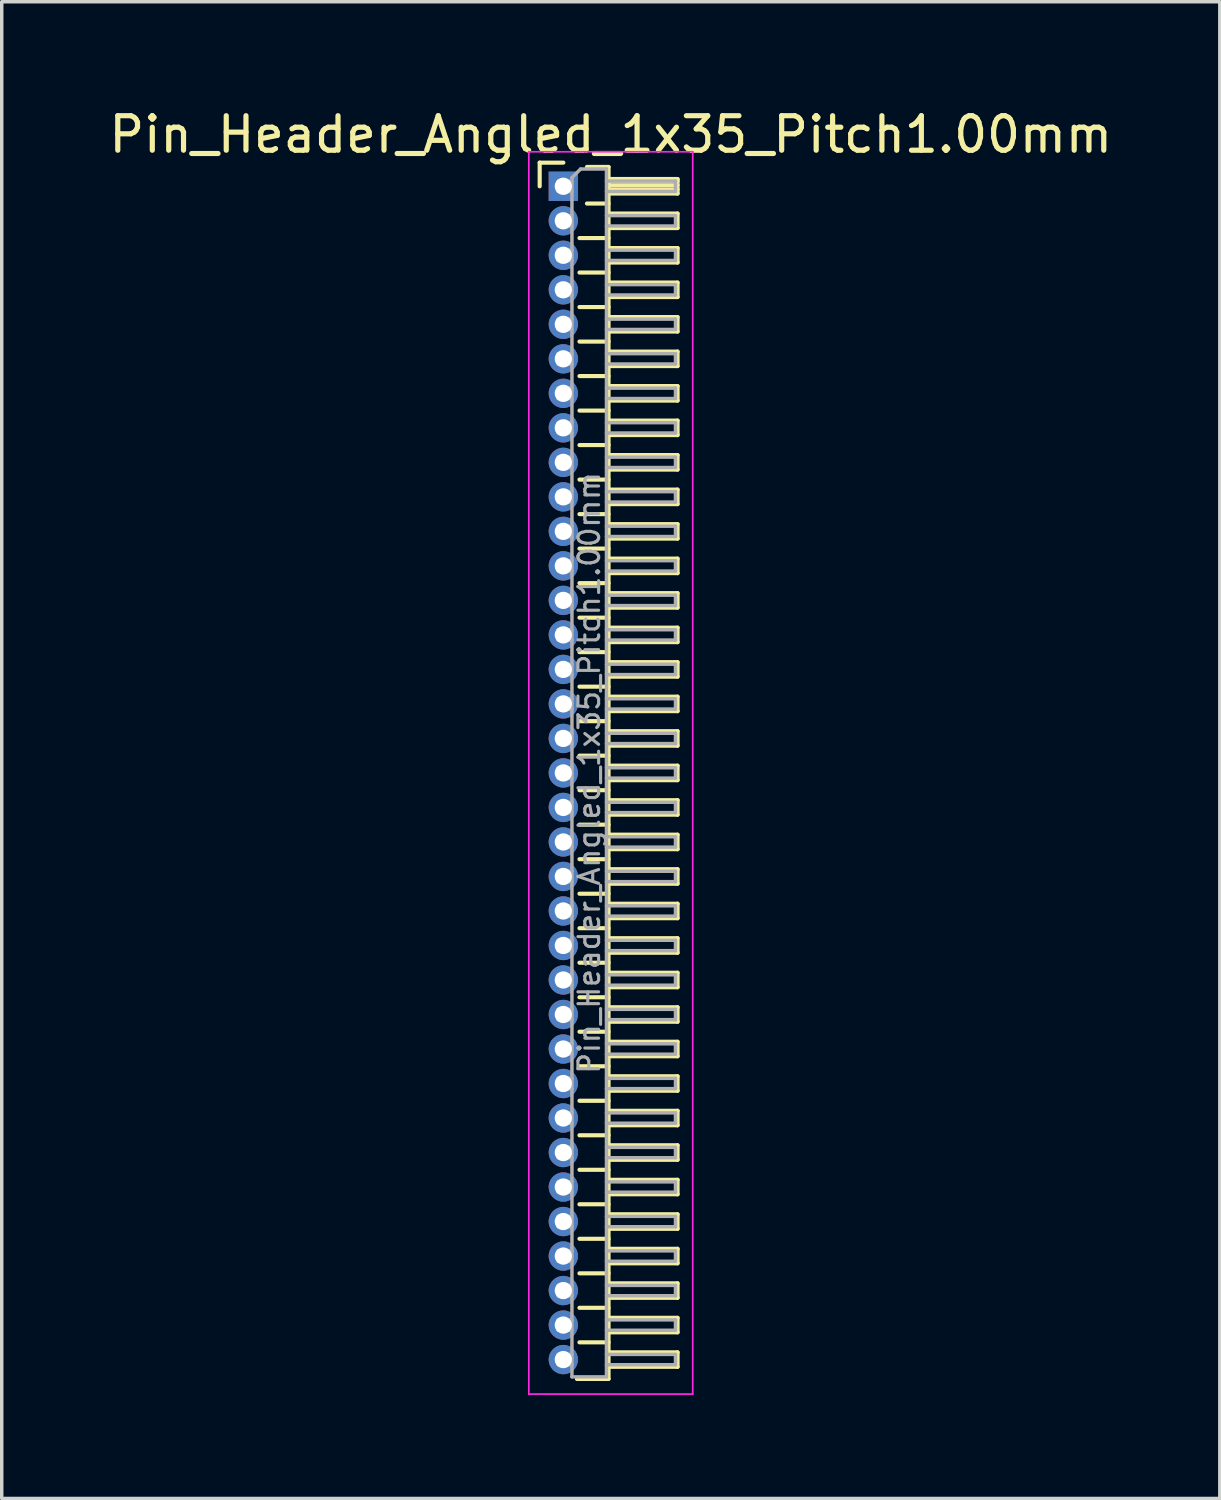
<source format=kicad_pcb>
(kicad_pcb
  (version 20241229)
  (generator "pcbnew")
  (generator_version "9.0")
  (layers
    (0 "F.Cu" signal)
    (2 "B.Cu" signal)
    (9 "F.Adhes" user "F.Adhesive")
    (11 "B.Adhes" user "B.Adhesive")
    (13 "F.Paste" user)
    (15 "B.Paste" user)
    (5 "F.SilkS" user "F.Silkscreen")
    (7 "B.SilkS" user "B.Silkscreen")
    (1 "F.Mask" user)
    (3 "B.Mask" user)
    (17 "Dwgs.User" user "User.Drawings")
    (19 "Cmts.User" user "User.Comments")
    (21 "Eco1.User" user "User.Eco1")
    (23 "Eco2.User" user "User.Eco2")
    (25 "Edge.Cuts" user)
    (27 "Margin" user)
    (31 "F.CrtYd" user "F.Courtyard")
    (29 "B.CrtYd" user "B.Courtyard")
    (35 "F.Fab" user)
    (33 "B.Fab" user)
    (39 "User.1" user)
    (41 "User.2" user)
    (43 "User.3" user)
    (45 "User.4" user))
  (footprint "Pin_Header_Angled_1x35_Pitch1.00mm"
    (layer "F.Cu")
    (at 13.274 2.348)
    (property "Reference" "Pin_Header_Angled_1x35_Pitch1.00mm" (at 1.375 -1.5 0) (layer "F.SilkS") (effects (font (size 1 1) (thickness 0.15))))
    (attr through_hole)
    (fp_line (start -0.685 -0.685) (end 0 -0.685) (stroke (width 0.12) (type solid)) (layer "F.SilkS"))
    (fp_line (start -0.685 0) (end -0.685 -0.685) (stroke (width 0.12) (type solid)) (layer "F.SilkS"))
    (fp_line (start 0.468 1.5) (end 1.31 1.5) (stroke (width 0.12) (type solid)) (layer "F.SilkS"))
    (fp_line (start 0.468 2.5) (end 1.31 2.5) (stroke (width 0.12) (type solid)) (layer "F.SilkS"))
    (fp_line (start 0.468 3.5) (end 1.31 3.5) (stroke (width 0.12) (type solid)) (layer "F.SilkS"))
    (fp_line (start 0.468 4.5) (end 1.31 4.5) (stroke (width 0.12) (type solid)) (layer "F.SilkS"))
    (fp_line (start 0.468 5.5) (end 1.31 5.5) (stroke (width 0.12) (type solid)) (layer "F.SilkS"))
    (fp_line (start 0.468 6.5) (end 1.31 6.5) (stroke (width 0.12) (type solid)) (layer "F.SilkS"))
    (fp_line (start 0.468 7.5) (end 1.31 7.5) (stroke (width 0.12) (type solid)) (layer "F.SilkS"))
    (fp_line (start 0.468 8.5) (end 1.31 8.5) (stroke (width 0.12) (type solid)) (layer "F.SilkS"))
    (fp_line (start 0.468 9.5) (end 1.31 9.5) (stroke (width 0.12) (type solid)) (layer "F.SilkS"))
    (fp_line (start 0.468 10.5) (end 1.31 10.5) (stroke (width 0.12) (type solid)) (layer "F.SilkS"))
    (fp_line (start 0.468 11.5) (end 1.31 11.5) (stroke (width 0.12) (type solid)) (layer "F.SilkS"))
    (fp_line (start 0.468 12.5) (end 1.31 12.5) (stroke (width 0.12) (type solid)) (layer "F.SilkS"))
    (fp_line (start 0.468 13.5) (end 1.31 13.5) (stroke (width 0.12) (type solid)) (layer "F.SilkS"))
    (fp_line (start 0.468 14.5) (end 1.31 14.5) (stroke (width 0.12) (type solid)) (layer "F.SilkS"))
    (fp_line (start 0.468 15.5) (end 1.31 15.5) (stroke (width 0.12) (type solid)) (layer "F.SilkS"))
    (fp_line (start 0.468 16.5) (end 1.31 16.5) (stroke (width 0.12) (type solid)) (layer "F.SilkS"))
    (fp_line (start 0.468 17.5) (end 1.31 17.5) (stroke (width 0.12) (type solid)) (layer "F.SilkS"))
    (fp_line (start 0.468 18.5) (end 1.31 18.5) (stroke (width 0.12) (type solid)) (layer "F.SilkS"))
    (fp_line (start 0.468 19.5) (end 1.31 19.5) (stroke (width 0.12) (type solid)) (layer "F.SilkS"))
    (fp_line (start 0.468 20.5) (end 1.31 20.5) (stroke (width 0.12) (type solid)) (layer "F.SilkS"))
    (fp_line (start 0.468 21.5) (end 1.31 21.5) (stroke (width 0.12) (type solid)) (layer "F.SilkS"))
    (fp_line (start 0.468 22.5) (end 1.31 22.5) (stroke (width 0.12) (type solid)) (layer "F.SilkS"))
    (fp_line (start 0.468 23.5) (end 1.31 23.5) (stroke (width 0.12) (type solid)) (layer "F.SilkS"))
    (fp_line (start 0.468 24.5) (end 1.31 24.5) (stroke (width 0.12) (type solid)) (layer "F.SilkS"))
    (fp_line (start 0.468 25.5) (end 1.31 25.5) (stroke (width 0.12) (type solid)) (layer "F.SilkS"))
    (fp_line (start 0.468 26.5) (end 1.31 26.5) (stroke (width 0.12) (type solid)) (layer "F.SilkS"))
    (fp_line (start 0.468 27.5) (end 1.31 27.5) (stroke (width 0.12) (type solid)) (layer "F.SilkS"))
    (fp_line (start 0.468 28.5) (end 1.31 28.5) (stroke (width 0.12) (type solid)) (layer "F.SilkS"))
    (fp_line (start 0.468 29.5) (end 1.31 29.5) (stroke (width 0.12) (type solid)) (layer "F.SilkS"))
    (fp_line (start 0.468 30.5) (end 1.31 30.5) (stroke (width 0.12) (type solid)) (layer "F.SilkS"))
    (fp_line (start 0.468 31.5) (end 1.31 31.5) (stroke (width 0.12) (type solid)) (layer "F.SilkS"))
    (fp_line (start 0.468 32.5) (end 1.31 32.5) (stroke (width 0.12) (type solid)) (layer "F.SilkS"))
    (fp_line (start 0.468 33.5) (end 1.31 33.5) (stroke (width 0.12) (type solid)) (layer "F.SilkS"))
    (fp_line (start 0.685 -0.56) (end 1.31 -0.56) (stroke (width 0.12) (type solid)) (layer "F.SilkS"))
    (fp_line (start 0.685 0.5) (end 1.31 0.5) (stroke (width 0.12) (type solid)) (layer "F.SilkS"))
    (fp_line (start 1.31 -0.56) (end 1.31 34.56) (stroke (width 0.12) (type solid)) (layer "F.SilkS"))
    (fp_line (start 1.31 -0.21) (end 3.31 -0.21) (stroke (width 0.12) (type solid)) (layer "F.SilkS"))
    (fp_line (start 1.31 -0.15) (end 3.31 -0.15) (stroke (width 0.12) (type solid)) (layer "F.SilkS"))
    (fp_line (start 1.31 -0.03) (end 3.31 -0.03) (stroke (width 0.12) (type solid)) (layer "F.SilkS"))
    (fp_line (start 1.31 0.09) (end 3.31 0.09) (stroke (width 0.12) (type solid)) (layer "F.SilkS"))
    (fp_line (start 1.31 0.79) (end 3.31 0.79) (stroke (width 0.12) (type solid)) (layer "F.SilkS"))
    (fp_line (start 1.31 1.79) (end 3.31 1.79) (stroke (width 0.12) (type solid)) (layer "F.SilkS"))
    (fp_line (start 1.31 2.79) (end 3.31 2.79) (stroke (width 0.12) (type solid)) (layer "F.SilkS"))
    (fp_line (start 1.31 3.79) (end 3.31 3.79) (stroke (width 0.12) (type solid)) (layer "F.SilkS"))
    (fp_line (start 1.31 4.79) (end 3.31 4.79) (stroke (width 0.12) (type solid)) (layer "F.SilkS"))
    (fp_line (start 1.31 5.79) (end 3.31 5.79) (stroke (width 0.12) (type solid)) (layer "F.SilkS"))
    (fp_line (start 1.31 6.79) (end 3.31 6.79) (stroke (width 0.12) (type solid)) (layer "F.SilkS"))
    (fp_line (start 1.31 7.79) (end 3.31 7.79) (stroke (width 0.12) (type solid)) (layer "F.SilkS"))
    (fp_line (start 1.31 8.79) (end 3.31 8.79) (stroke (width 0.12) (type solid)) (layer "F.SilkS"))
    (fp_line (start 1.31 9.79) (end 3.31 9.79) (stroke (width 0.12) (type solid)) (layer "F.SilkS"))
    (fp_line (start 1.31 10.79) (end 3.31 10.79) (stroke (width 0.12) (type solid)) (layer "F.SilkS"))
    (fp_line (start 1.31 11.79) (end 3.31 11.79) (stroke (width 0.12) (type solid)) (layer "F.SilkS"))
    (fp_line (start 1.31 12.79) (end 3.31 12.79) (stroke (width 0.12) (type solid)) (layer "F.SilkS"))
    (fp_line (start 1.31 13.79) (end 3.31 13.79) (stroke (width 0.12) (type solid)) (layer "F.SilkS"))
    (fp_line (start 1.31 14.79) (end 3.31 14.79) (stroke (width 0.12) (type solid)) (layer "F.SilkS"))
    (fp_line (start 1.31 15.79) (end 3.31 15.79) (stroke (width 0.12) (type solid)) (layer "F.SilkS"))
    (fp_line (start 1.31 16.79) (end 3.31 16.79) (stroke (width 0.12) (type solid)) (layer "F.SilkS"))
    (fp_line (start 1.31 17.79) (end 3.31 17.79) (stroke (width 0.12) (type solid)) (layer "F.SilkS"))
    (fp_line (start 1.31 18.79) (end 3.31 18.79) (stroke (width 0.12) (type solid)) (layer "F.SilkS"))
    (fp_line (start 1.31 19.79) (end 3.31 19.79) (stroke (width 0.12) (type solid)) (layer "F.SilkS"))
    (fp_line (start 1.31 20.79) (end 3.31 20.79) (stroke (width 0.12) (type solid)) (layer "F.SilkS"))
    (fp_line (start 1.31 21.79) (end 3.31 21.79) (stroke (width 0.12) (type solid)) (layer "F.SilkS"))
    (fp_line (start 1.31 22.79) (end 3.31 22.79) (stroke (width 0.12) (type solid)) (layer "F.SilkS"))
    (fp_line (start 1.31 23.79) (end 3.31 23.79) (stroke (width 0.12) (type solid)) (layer "F.SilkS"))
    (fp_line (start 1.31 24.79) (end 3.31 24.79) (stroke (width 0.12) (type solid)) (layer "F.SilkS"))
    (fp_line (start 1.31 25.79) (end 3.31 25.79) (stroke (width 0.12) (type solid)) (layer "F.SilkS"))
    (fp_line (start 1.31 26.79) (end 3.31 26.79) (stroke (width 0.12) (type solid)) (layer "F.SilkS"))
    (fp_line (start 1.31 27.79) (end 3.31 27.79) (stroke (width 0.12) (type solid)) (layer "F.SilkS"))
    (fp_line (start 1.31 28.79) (end 3.31 28.79) (stroke (width 0.12) (type solid)) (layer "F.SilkS"))
    (fp_line (start 1.31 29.79) (end 3.31 29.79) (stroke (width 0.12) (type solid)) (layer "F.SilkS"))
    (fp_line (start 1.31 30.79) (end 3.31 30.79) (stroke (width 0.12) (type solid)) (layer "F.SilkS"))
    (fp_line (start 1.31 31.79) (end 3.31 31.79) (stroke (width 0.12) (type solid)) (layer "F.SilkS"))
    (fp_line (start 1.31 32.79) (end 3.31 32.79) (stroke (width 0.12) (type solid)) (layer "F.SilkS"))
    (fp_line (start 1.31 33.79) (end 3.31 33.79) (stroke (width 0.12) (type solid)) (layer "F.SilkS"))
    (fp_line (start 1.31 34.56) (end 0.394 34.56) (stroke (width 0.12) (type solid)) (layer "F.SilkS"))
    (fp_line (start 3.31 -0.21) (end 3.31 0.21) (stroke (width 0.12) (type solid)) (layer "F.SilkS"))
    (fp_line (start 3.31 0.21) (end 1.31 0.21) (stroke (width 0.12) (type solid)) (layer "F.SilkS"))
    (fp_line (start 3.31 0.79) (end 3.31 1.21) (stroke (width 0.12) (type solid)) (layer "F.SilkS"))
    (fp_line (start 3.31 1.21) (end 1.31 1.21) (stroke (width 0.12) (type solid)) (layer "F.SilkS"))
    (fp_line (start 3.31 1.79) (end 3.31 2.21) (stroke (width 0.12) (type solid)) (layer "F.SilkS"))
    (fp_line (start 3.31 2.21) (end 1.31 2.21) (stroke (width 0.12) (type solid)) (layer "F.SilkS"))
    (fp_line (start 3.31 2.79) (end 3.31 3.21) (stroke (width 0.12) (type solid)) (layer "F.SilkS"))
    (fp_line (start 3.31 3.21) (end 1.31 3.21) (stroke (width 0.12) (type solid)) (layer "F.SilkS"))
    (fp_line (start 3.31 3.79) (end 3.31 4.21) (stroke (width 0.12) (type solid)) (layer "F.SilkS"))
    (fp_line (start 3.31 4.21) (end 1.31 4.21) (stroke (width 0.12) (type solid)) (layer "F.SilkS"))
    (fp_line (start 3.31 4.79) (end 3.31 5.21) (stroke (width 0.12) (type solid)) (layer "F.SilkS"))
    (fp_line (start 3.31 5.21) (end 1.31 5.21) (stroke (width 0.12) (type solid)) (layer "F.SilkS"))
    (fp_line (start 3.31 5.79) (end 3.31 6.21) (stroke (width 0.12) (type solid)) (layer "F.SilkS"))
    (fp_line (start 3.31 6.21) (end 1.31 6.21) (stroke (width 0.12) (type solid)) (layer "F.SilkS"))
    (fp_line (start 3.31 6.79) (end 3.31 7.21) (stroke (width 0.12) (type solid)) (layer "F.SilkS"))
    (fp_line (start 3.31 7.21) (end 1.31 7.21) (stroke (width 0.12) (type solid)) (layer "F.SilkS"))
    (fp_line (start 3.31 7.79) (end 3.31 8.21) (stroke (width 0.12) (type solid)) (layer "F.SilkS"))
    (fp_line (start 3.31 8.21) (end 1.31 8.21) (stroke (width 0.12) (type solid)) (layer "F.SilkS"))
    (fp_line (start 3.31 8.79) (end 3.31 9.21) (stroke (width 0.12) (type solid)) (layer "F.SilkS"))
    (fp_line (start 3.31 9.21) (end 1.31 9.21) (stroke (width 0.12) (type solid)) (layer "F.SilkS"))
    (fp_line (start 3.31 9.79) (end 3.31 10.21) (stroke (width 0.12) (type solid)) (layer "F.SilkS"))
    (fp_line (start 3.31 10.21) (end 1.31 10.21) (stroke (width 0.12) (type solid)) (layer "F.SilkS"))
    (fp_line (start 3.31 10.79) (end 3.31 11.21) (stroke (width 0.12) (type solid)) (layer "F.SilkS"))
    (fp_line (start 3.31 11.21) (end 1.31 11.21) (stroke (width 0.12) (type solid)) (layer "F.SilkS"))
    (fp_line (start 3.31 11.79) (end 3.31 12.21) (stroke (width 0.12) (type solid)) (layer "F.SilkS"))
    (fp_line (start 3.31 12.21) (end 1.31 12.21) (stroke (width 0.12) (type solid)) (layer "F.SilkS"))
    (fp_line (start 3.31 12.79) (end 3.31 13.21) (stroke (width 0.12) (type solid)) (layer "F.SilkS"))
    (fp_line (start 3.31 13.21) (end 1.31 13.21) (stroke (width 0.12) (type solid)) (layer "F.SilkS"))
    (fp_line (start 3.31 13.79) (end 3.31 14.21) (stroke (width 0.12) (type solid)) (layer "F.SilkS"))
    (fp_line (start 3.31 14.21) (end 1.31 14.21) (stroke (width 0.12) (type solid)) (layer "F.SilkS"))
    (fp_line (start 3.31 14.79) (end 3.31 15.21) (stroke (width 0.12) (type solid)) (layer "F.SilkS"))
    (fp_line (start 3.31 15.21) (end 1.31 15.21) (stroke (width 0.12) (type solid)) (layer "F.SilkS"))
    (fp_line (start 3.31 15.79) (end 3.31 16.21) (stroke (width 0.12) (type solid)) (layer "F.SilkS"))
    (fp_line (start 3.31 16.21) (end 1.31 16.21) (stroke (width 0.12) (type solid)) (layer "F.SilkS"))
    (fp_line (start 3.31 16.79) (end 3.31 17.21) (stroke (width 0.12) (type solid)) (layer "F.SilkS"))
    (fp_line (start 3.31 17.21) (end 1.31 17.21) (stroke (width 0.12) (type solid)) (layer "F.SilkS"))
    (fp_line (start 3.31 17.79) (end 3.31 18.21) (stroke (width 0.12) (type solid)) (layer "F.SilkS"))
    (fp_line (start 3.31 18.21) (end 1.31 18.21) (stroke (width 0.12) (type solid)) (layer "F.SilkS"))
    (fp_line (start 3.31 18.79) (end 3.31 19.21) (stroke (width 0.12) (type solid)) (layer "F.SilkS"))
    (fp_line (start 3.31 19.21) (end 1.31 19.21) (stroke (width 0.12) (type solid)) (layer "F.SilkS"))
    (fp_line (start 3.31 19.79) (end 3.31 20.21) (stroke (width 0.12) (type solid)) (layer "F.SilkS"))
    (fp_line (start 3.31 20.21) (end 1.31 20.21) (stroke (width 0.12) (type solid)) (layer "F.SilkS"))
    (fp_line (start 3.31 20.79) (end 3.31 21.21) (stroke (width 0.12) (type solid)) (layer "F.SilkS"))
    (fp_line (start 3.31 21.21) (end 1.31 21.21) (stroke (width 0.12) (type solid)) (layer "F.SilkS"))
    (fp_line (start 3.31 21.79) (end 3.31 22.21) (stroke (width 0.12) (type solid)) (layer "F.SilkS"))
    (fp_line (start 3.31 22.21) (end 1.31 22.21) (stroke (width 0.12) (type solid)) (layer "F.SilkS"))
    (fp_line (start 3.31 22.79) (end 3.31 23.21) (stroke (width 0.12) (type solid)) (layer "F.SilkS"))
    (fp_line (start 3.31 23.21) (end 1.31 23.21) (stroke (width 0.12) (type solid)) (layer "F.SilkS"))
    (fp_line (start 3.31 23.79) (end 3.31 24.21) (stroke (width 0.12) (type solid)) (layer "F.SilkS"))
    (fp_line (start 3.31 24.21) (end 1.31 24.21) (stroke (width 0.12) (type solid)) (layer "F.SilkS"))
    (fp_line (start 3.31 24.79) (end 3.31 25.21) (stroke (width 0.12) (type solid)) (layer "F.SilkS"))
    (fp_line (start 3.31 25.21) (end 1.31 25.21) (stroke (width 0.12) (type solid)) (layer "F.SilkS"))
    (fp_line (start 3.31 25.79) (end 3.31 26.21) (stroke (width 0.12) (type solid)) (layer "F.SilkS"))
    (fp_line (start 3.31 26.21) (end 1.31 26.21) (stroke (width 0.12) (type solid)) (layer "F.SilkS"))
    (fp_line (start 3.31 26.79) (end 3.31 27.21) (stroke (width 0.12) (type solid)) (layer "F.SilkS"))
    (fp_line (start 3.31 27.21) (end 1.31 27.21) (stroke (width 0.12) (type solid)) (layer "F.SilkS"))
    (fp_line (start 3.31 27.79) (end 3.31 28.21) (stroke (width 0.12) (type solid)) (layer "F.SilkS"))
    (fp_line (start 3.31 28.21) (end 1.31 28.21) (stroke (width 0.12) (type solid)) (layer "F.SilkS"))
    (fp_line (start 3.31 28.79) (end 3.31 29.21) (stroke (width 0.12) (type solid)) (layer "F.SilkS"))
    (fp_line (start 3.31 29.21) (end 1.31 29.21) (stroke (width 0.12) (type solid)) (layer "F.SilkS"))
    (fp_line (start 3.31 29.79) (end 3.31 30.21) (stroke (width 0.12) (type solid)) (layer "F.SilkS"))
    (fp_line (start 3.31 30.21) (end 1.31 30.21) (stroke (width 0.12) (type solid)) (layer "F.SilkS"))
    (fp_line (start 3.31 30.79) (end 3.31 31.21) (stroke (width 0.12) (type solid)) (layer "F.SilkS"))
    (fp_line (start 3.31 31.21) (end 1.31 31.21) (stroke (width 0.12) (type solid)) (layer "F.SilkS"))
    (fp_line (start 3.31 31.79) (end 3.31 32.21) (stroke (width 0.12) (type solid)) (layer "F.SilkS"))
    (fp_line (start 3.31 32.21) (end 1.31 32.21) (stroke (width 0.12) (type solid)) (layer "F.SilkS"))
    (fp_line (start 3.31 32.79) (end 3.31 33.21) (stroke (width 0.12) (type solid)) (layer "F.SilkS"))
    (fp_line (start 3.31 33.21) (end 1.31 33.21) (stroke (width 0.12) (type solid)) (layer "F.SilkS"))
    (fp_line (start 3.31 33.79) (end 3.31 34.21) (stroke (width 0.12) (type solid)) (layer "F.SilkS"))
    (fp_line (start 3.31 34.21) (end 1.31 34.21) (stroke (width 0.12) (type solid)) (layer "F.SilkS"))
    (fp_line (start -1 -1) (end -1 35) (stroke (width 0.05) (type solid)) (layer "F.CrtYd"))
    (fp_line (start -1 35) (end 3.75 35) (stroke (width 0.05) (type solid)) (layer "F.CrtYd"))
    (fp_line (start 3.75 -1) (end -1 -1) (stroke (width 0.05) (type solid)) (layer "F.CrtYd"))
    (fp_line (start 3.75 35) (end 3.75 -1) (stroke (width 0.05) (type solid)) (layer "F.CrtYd"))
    (fp_line (start -0.15 -0.15) (end -0.15 0.15) (stroke (width 0.1) (type solid)) (layer "F.Fab"))
    (fp_line (start -0.15 -0.15) (end 0.25 -0.15) (stroke (width 0.1) (type solid)) (layer "F.Fab"))
    (fp_line (start -0.15 0.15) (end 0.25 0.15) (stroke (width 0.1) (type solid)) (layer "F.Fab"))
    (fp_line (start -0.15 0.85) (end -0.15 1.15) (stroke (width 0.1) (type solid)) (layer "F.Fab"))
    (fp_line (start -0.15 0.85) (end 0.25 0.85) (stroke (width 0.1) (type solid)) (layer "F.Fab"))
    (fp_line (start -0.15 1.15) (end 0.25 1.15) (stroke (width 0.1) (type solid)) (layer "F.Fab"))
    (fp_line (start -0.15 1.85) (end -0.15 2.15) (stroke (width 0.1) (type solid)) (layer "F.Fab"))
    (fp_line (start -0.15 1.85) (end 0.25 1.85) (stroke (width 0.1) (type solid)) (layer "F.Fab"))
    (fp_line (start -0.15 2.15) (end 0.25 2.15) (stroke (width 0.1) (type solid)) (layer "F.Fab"))
    (fp_line (start -0.15 2.85) (end -0.15 3.15) (stroke (width 0.1) (type solid)) (layer "F.Fab"))
    (fp_line (start -0.15 2.85) (end 0.25 2.85) (stroke (width 0.1) (type solid)) (layer "F.Fab"))
    (fp_line (start -0.15 3.15) (end 0.25 3.15) (stroke (width 0.1) (type solid)) (layer "F.Fab"))
    (fp_line (start -0.15 3.85) (end -0.15 4.15) (stroke (width 0.1) (type solid)) (layer "F.Fab"))
    (fp_line (start -0.15 3.85) (end 0.25 3.85) (stroke (width 0.1) (type solid)) (layer "F.Fab"))
    (fp_line (start -0.15 4.15) (end 0.25 4.15) (stroke (width 0.1) (type solid)) (layer "F.Fab"))
    (fp_line (start -0.15 4.85) (end -0.15 5.15) (stroke (width 0.1) (type solid)) (layer "F.Fab"))
    (fp_line (start -0.15 4.85) (end 0.25 4.85) (stroke (width 0.1) (type solid)) (layer "F.Fab"))
    (fp_line (start -0.15 5.15) (end 0.25 5.15) (stroke (width 0.1) (type solid)) (layer "F.Fab"))
    (fp_line (start -0.15 5.85) (end -0.15 6.15) (stroke (width 0.1) (type solid)) (layer "F.Fab"))
    (fp_line (start -0.15 5.85) (end 0.25 5.85) (stroke (width 0.1) (type solid)) (layer "F.Fab"))
    (fp_line (start -0.15 6.15) (end 0.25 6.15) (stroke (width 0.1) (type solid)) (layer "F.Fab"))
    (fp_line (start -0.15 6.85) (end -0.15 7.15) (stroke (width 0.1) (type solid)) (layer "F.Fab"))
    (fp_line (start -0.15 6.85) (end 0.25 6.85) (stroke (width 0.1) (type solid)) (layer "F.Fab"))
    (fp_line (start -0.15 7.15) (end 0.25 7.15) (stroke (width 0.1) (type solid)) (layer "F.Fab"))
    (fp_line (start -0.15 7.85) (end -0.15 8.15) (stroke (width 0.1) (type solid)) (layer "F.Fab"))
    (fp_line (start -0.15 7.85) (end 0.25 7.85) (stroke (width 0.1) (type solid)) (layer "F.Fab"))
    (fp_line (start -0.15 8.15) (end 0.25 8.15) (stroke (width 0.1) (type solid)) (layer "F.Fab"))
    (fp_line (start -0.15 8.85) (end -0.15 9.15) (stroke (width 0.1) (type solid)) (layer "F.Fab"))
    (fp_line (start -0.15 8.85) (end 0.25 8.85) (stroke (width 0.1) (type solid)) (layer "F.Fab"))
    (fp_line (start -0.15 9.15) (end 0.25 9.15) (stroke (width 0.1) (type solid)) (layer "F.Fab"))
    (fp_line (start -0.15 9.85) (end -0.15 10.15) (stroke (width 0.1) (type solid)) (layer "F.Fab"))
    (fp_line (start -0.15 9.85) (end 0.25 9.85) (stroke (width 0.1) (type solid)) (layer "F.Fab"))
    (fp_line (start -0.15 10.15) (end 0.25 10.15) (stroke (width 0.1) (type solid)) (layer "F.Fab"))
    (fp_line (start -0.15 10.85) (end -0.15 11.15) (stroke (width 0.1) (type solid)) (layer "F.Fab"))
    (fp_line (start -0.15 10.85) (end 0.25 10.85) (stroke (width 0.1) (type solid)) (layer "F.Fab"))
    (fp_line (start -0.15 11.15) (end 0.25 11.15) (stroke (width 0.1) (type solid)) (layer "F.Fab"))
    (fp_line (start -0.15 11.85) (end -0.15 12.15) (stroke (width 0.1) (type solid)) (layer "F.Fab"))
    (fp_line (start -0.15 11.85) (end 0.25 11.85) (stroke (width 0.1) (type solid)) (layer "F.Fab"))
    (fp_line (start -0.15 12.15) (end 0.25 12.15) (stroke (width 0.1) (type solid)) (layer "F.Fab"))
    (fp_line (start -0.15 12.85) (end -0.15 13.15) (stroke (width 0.1) (type solid)) (layer "F.Fab"))
    (fp_line (start -0.15 12.85) (end 0.25 12.85) (stroke (width 0.1) (type solid)) (layer "F.Fab"))
    (fp_line (start -0.15 13.15) (end 0.25 13.15) (stroke (width 0.1) (type solid)) (layer "F.Fab"))
    (fp_line (start -0.15 13.85) (end -0.15 14.15) (stroke (width 0.1) (type solid)) (layer "F.Fab"))
    (fp_line (start -0.15 13.85) (end 0.25 13.85) (stroke (width 0.1) (type solid)) (layer "F.Fab"))
    (fp_line (start -0.15 14.15) (end 0.25 14.15) (stroke (width 0.1) (type solid)) (layer "F.Fab"))
    (fp_line (start -0.15 14.85) (end -0.15 15.15) (stroke (width 0.1) (type solid)) (layer "F.Fab"))
    (fp_line (start -0.15 14.85) (end 0.25 14.85) (stroke (width 0.1) (type solid)) (layer "F.Fab"))
    (fp_line (start -0.15 15.15) (end 0.25 15.15) (stroke (width 0.1) (type solid)) (layer "F.Fab"))
    (fp_line (start -0.15 15.85) (end -0.15 16.15) (stroke (width 0.1) (type solid)) (layer "F.Fab"))
    (fp_line (start -0.15 15.85) (end 0.25 15.85) (stroke (width 0.1) (type solid)) (layer "F.Fab"))
    (fp_line (start -0.15 16.15) (end 0.25 16.15) (stroke (width 0.1) (type solid)) (layer "F.Fab"))
    (fp_line (start -0.15 16.85) (end -0.15 17.15) (stroke (width 0.1) (type solid)) (layer "F.Fab"))
    (fp_line (start -0.15 16.85) (end 0.25 16.85) (stroke (width 0.1) (type solid)) (layer "F.Fab"))
    (fp_line (start -0.15 17.15) (end 0.25 17.15) (stroke (width 0.1) (type solid)) (layer "F.Fab"))
    (fp_line (start -0.15 17.85) (end -0.15 18.15) (stroke (width 0.1) (type solid)) (layer "F.Fab"))
    (fp_line (start -0.15 17.85) (end 0.25 17.85) (stroke (width 0.1) (type solid)) (layer "F.Fab"))
    (fp_line (start -0.15 18.15) (end 0.25 18.15) (stroke (width 0.1) (type solid)) (layer "F.Fab"))
    (fp_line (start -0.15 18.85) (end -0.15 19.15) (stroke (width 0.1) (type solid)) (layer "F.Fab"))
    (fp_line (start -0.15 18.85) (end 0.25 18.85) (stroke (width 0.1) (type solid)) (layer "F.Fab"))
    (fp_line (start -0.15 19.15) (end 0.25 19.15) (stroke (width 0.1) (type solid)) (layer "F.Fab"))
    (fp_line (start -0.15 19.85) (end -0.15 20.15) (stroke (width 0.1) (type solid)) (layer "F.Fab"))
    (fp_line (start -0.15 19.85) (end 0.25 19.85) (stroke (width 0.1) (type solid)) (layer "F.Fab"))
    (fp_line (start -0.15 20.15) (end 0.25 20.15) (stroke (width 0.1) (type solid)) (layer "F.Fab"))
    (fp_line (start -0.15 20.85) (end -0.15 21.15) (stroke (width 0.1) (type solid)) (layer "F.Fab"))
    (fp_line (start -0.15 20.85) (end 0.25 20.85) (stroke (width 0.1) (type solid)) (layer "F.Fab"))
    (fp_line (start -0.15 21.15) (end 0.25 21.15) (stroke (width 0.1) (type solid)) (layer "F.Fab"))
    (fp_line (start -0.15 21.85) (end -0.15 22.15) (stroke (width 0.1) (type solid)) (layer "F.Fab"))
    (fp_line (start -0.15 21.85) (end 0.25 21.85) (stroke (width 0.1) (type solid)) (layer "F.Fab"))
    (fp_line (start -0.15 22.15) (end 0.25 22.15) (stroke (width 0.1) (type solid)) (layer "F.Fab"))
    (fp_line (start -0.15 22.85) (end -0.15 23.15) (stroke (width 0.1) (type solid)) (layer "F.Fab"))
    (fp_line (start -0.15 22.85) (end 0.25 22.85) (stroke (width 0.1) (type solid)) (layer "F.Fab"))
    (fp_line (start -0.15 23.15) (end 0.25 23.15) (stroke (width 0.1) (type solid)) (layer "F.Fab"))
    (fp_line (start -0.15 23.85) (end -0.15 24.15) (stroke (width 0.1) (type solid)) (layer "F.Fab"))
    (fp_line (start -0.15 23.85) (end 0.25 23.85) (stroke (width 0.1) (type solid)) (layer "F.Fab"))
    (fp_line (start -0.15 24.15) (end 0.25 24.15) (stroke (width 0.1) (type solid)) (layer "F.Fab"))
    (fp_line (start -0.15 24.85) (end -0.15 25.15) (stroke (width 0.1) (type solid)) (layer "F.Fab"))
    (fp_line (start -0.15 24.85) (end 0.25 24.85) (stroke (width 0.1) (type solid)) (layer "F.Fab"))
    (fp_line (start -0.15 25.15) (end 0.25 25.15) (stroke (width 0.1) (type solid)) (layer "F.Fab"))
    (fp_line (start -0.15 25.85) (end -0.15 26.15) (stroke (width 0.1) (type solid)) (layer "F.Fab"))
    (fp_line (start -0.15 25.85) (end 0.25 25.85) (stroke (width 0.1) (type solid)) (layer "F.Fab"))
    (fp_line (start -0.15 26.15) (end 0.25 26.15) (stroke (width 0.1) (type solid)) (layer "F.Fab"))
    (fp_line (start -0.15 26.85) (end -0.15 27.15) (stroke (width 0.1) (type solid)) (layer "F.Fab"))
    (fp_line (start -0.15 26.85) (end 0.25 26.85) (stroke (width 0.1) (type solid)) (layer "F.Fab"))
    (fp_line (start -0.15 27.15) (end 0.25 27.15) (stroke (width 0.1) (type solid)) (layer "F.Fab"))
    (fp_line (start -0.15 27.85) (end -0.15 28.15) (stroke (width 0.1) (type solid)) (layer "F.Fab"))
    (fp_line (start -0.15 27.85) (end 0.25 27.85) (stroke (width 0.1) (type solid)) (layer "F.Fab"))
    (fp_line (start -0.15 28.15) (end 0.25 28.15) (stroke (width 0.1) (type solid)) (layer "F.Fab"))
    (fp_line (start -0.15 28.85) (end -0.15 29.15) (stroke (width 0.1) (type solid)) (layer "F.Fab"))
    (fp_line (start -0.15 28.85) (end 0.25 28.85) (stroke (width 0.1) (type solid)) (layer "F.Fab"))
    (fp_line (start -0.15 29.15) (end 0.25 29.15) (stroke (width 0.1) (type solid)) (layer "F.Fab"))
    (fp_line (start -0.15 29.85) (end -0.15 30.15) (stroke (width 0.1) (type solid)) (layer "F.Fab"))
    (fp_line (start -0.15 29.85) (end 0.25 29.85) (stroke (width 0.1) (type solid)) (layer "F.Fab"))
    (fp_line (start -0.15 30.15) (end 0.25 30.15) (stroke (width 0.1) (type solid)) (layer "F.Fab"))
    (fp_line (start -0.15 30.85) (end -0.15 31.15) (stroke (width 0.1) (type solid)) (layer "F.Fab"))
    (fp_line (start -0.15 30.85) (end 0.25 30.85) (stroke (width 0.1) (type solid)) (layer "F.Fab"))
    (fp_line (start -0.15 31.15) (end 0.25 31.15) (stroke (width 0.1) (type solid)) (layer "F.Fab"))
    (fp_line (start -0.15 31.85) (end -0.15 32.15) (stroke (width 0.1) (type solid)) (layer "F.Fab"))
    (fp_line (start -0.15 31.85) (end 0.25 31.85) (stroke (width 0.1) (type solid)) (layer "F.Fab"))
    (fp_line (start -0.15 32.15) (end 0.25 32.15) (stroke (width 0.1) (type solid)) (layer "F.Fab"))
    (fp_line (start -0.15 32.85) (end -0.15 33.15) (stroke (width 0.1) (type solid)) (layer "F.Fab"))
    (fp_line (start -0.15 32.85) (end 0.25 32.85) (stroke (width 0.1) (type solid)) (layer "F.Fab"))
    (fp_line (start -0.15 33.15) (end 0.25 33.15) (stroke (width 0.1) (type solid)) (layer "F.Fab"))
    (fp_line (start -0.15 33.85) (end -0.15 34.15) (stroke (width 0.1) (type solid)) (layer "F.Fab"))
    (fp_line (start -0.15 33.85) (end 0.25 33.85) (stroke (width 0.1) (type solid)) (layer "F.Fab"))
    (fp_line (start -0.15 34.15) (end 0.25 34.15) (stroke (width 0.1) (type solid)) (layer "F.Fab"))
    (fp_line (start 0.25 -0.25) (end 0.5 -0.5) (stroke (width 0.1) (type solid)) (layer "F.Fab"))
    (fp_line (start 0.25 34.5) (end 0.25 -0.25) (stroke (width 0.1) (type solid)) (layer "F.Fab"))
    (fp_line (start 0.5 -0.5) (end 1.25 -0.5) (stroke (width 0.1) (type solid)) (layer "F.Fab"))
    (fp_line (start 1.25 -0.5) (end 1.25 34.5) (stroke (width 0.1) (type solid)) (layer "F.Fab"))
    (fp_line (start 1.25 -0.15) (end 3.25 -0.15) (stroke (width 0.1) (type solid)) (layer "F.Fab"))
    (fp_line (start 1.25 0.15) (end 3.25 0.15) (stroke (width 0.1) (type solid)) (layer "F.Fab"))
    (fp_line (start 1.25 0.85) (end 3.25 0.85) (stroke (width 0.1) (type solid)) (layer "F.Fab"))
    (fp_line (start 1.25 1.15) (end 3.25 1.15) (stroke (width 0.1) (type solid)) (layer "F.Fab"))
    (fp_line (start 1.25 1.85) (end 3.25 1.85) (stroke (width 0.1) (type solid)) (layer "F.Fab"))
    (fp_line (start 1.25 2.15) (end 3.25 2.15) (stroke (width 0.1) (type solid)) (layer "F.Fab"))
    (fp_line (start 1.25 2.85) (end 3.25 2.85) (stroke (width 0.1) (type solid)) (layer "F.Fab"))
    (fp_line (start 1.25 3.15) (end 3.25 3.15) (stroke (width 0.1) (type solid)) (layer "F.Fab"))
    (fp_line (start 1.25 3.85) (end 3.25 3.85) (stroke (width 0.1) (type solid)) (layer "F.Fab"))
    (fp_line (start 1.25 4.15) (end 3.25 4.15) (stroke (width 0.1) (type solid)) (layer "F.Fab"))
    (fp_line (start 1.25 4.85) (end 3.25 4.85) (stroke (width 0.1) (type solid)) (layer "F.Fab"))
    (fp_line (start 1.25 5.15) (end 3.25 5.15) (stroke (width 0.1) (type solid)) (layer "F.Fab"))
    (fp_line (start 1.25 5.85) (end 3.25 5.85) (stroke (width 0.1) (type solid)) (layer "F.Fab"))
    (fp_line (start 1.25 6.15) (end 3.25 6.15) (stroke (width 0.1) (type solid)) (layer "F.Fab"))
    (fp_line (start 1.25 6.85) (end 3.25 6.85) (stroke (width 0.1) (type solid)) (layer "F.Fab"))
    (fp_line (start 1.25 7.15) (end 3.25 7.15) (stroke (width 0.1) (type solid)) (layer "F.Fab"))
    (fp_line (start 1.25 7.85) (end 3.25 7.85) (stroke (width 0.1) (type solid)) (layer "F.Fab"))
    (fp_line (start 1.25 8.15) (end 3.25 8.15) (stroke (width 0.1) (type solid)) (layer "F.Fab"))
    (fp_line (start 1.25 8.85) (end 3.25 8.85) (stroke (width 0.1) (type solid)) (layer "F.Fab"))
    (fp_line (start 1.25 9.15) (end 3.25 9.15) (stroke (width 0.1) (type solid)) (layer "F.Fab"))
    (fp_line (start 1.25 9.85) (end 3.25 9.85) (stroke (width 0.1) (type solid)) (layer "F.Fab"))
    (fp_line (start 1.25 10.15) (end 3.25 10.15) (stroke (width 0.1) (type solid)) (layer "F.Fab"))
    (fp_line (start 1.25 10.85) (end 3.25 10.85) (stroke (width 0.1) (type solid)) (layer "F.Fab"))
    (fp_line (start 1.25 11.15) (end 3.25 11.15) (stroke (width 0.1) (type solid)) (layer "F.Fab"))
    (fp_line (start 1.25 11.85) (end 3.25 11.85) (stroke (width 0.1) (type solid)) (layer "F.Fab"))
    (fp_line (start 1.25 12.15) (end 3.25 12.15) (stroke (width 0.1) (type solid)) (layer "F.Fab"))
    (fp_line (start 1.25 12.85) (end 3.25 12.85) (stroke (width 0.1) (type solid)) (layer "F.Fab"))
    (fp_line (start 1.25 13.15) (end 3.25 13.15) (stroke (width 0.1) (type solid)) (layer "F.Fab"))
    (fp_line (start 1.25 13.85) (end 3.25 13.85) (stroke (width 0.1) (type solid)) (layer "F.Fab"))
    (fp_line (start 1.25 14.15) (end 3.25 14.15) (stroke (width 0.1) (type solid)) (layer "F.Fab"))
    (fp_line (start 1.25 14.85) (end 3.25 14.85) (stroke (width 0.1) (type solid)) (layer "F.Fab"))
    (fp_line (start 1.25 15.15) (end 3.25 15.15) (stroke (width 0.1) (type solid)) (layer "F.Fab"))
    (fp_line (start 1.25 15.85) (end 3.25 15.85) (stroke (width 0.1) (type solid)) (layer "F.Fab"))
    (fp_line (start 1.25 16.15) (end 3.25 16.15) (stroke (width 0.1) (type solid)) (layer "F.Fab"))
    (fp_line (start 1.25 16.85) (end 3.25 16.85) (stroke (width 0.1) (type solid)) (layer "F.Fab"))
    (fp_line (start 1.25 17.15) (end 3.25 17.15) (stroke (width 0.1) (type solid)) (layer "F.Fab"))
    (fp_line (start 1.25 17.85) (end 3.25 17.85) (stroke (width 0.1) (type solid)) (layer "F.Fab"))
    (fp_line (start 1.25 18.15) (end 3.25 18.15) (stroke (width 0.1) (type solid)) (layer "F.Fab"))
    (fp_line (start 1.25 18.85) (end 3.25 18.85) (stroke (width 0.1) (type solid)) (layer "F.Fab"))
    (fp_line (start 1.25 19.15) (end 3.25 19.15) (stroke (width 0.1) (type solid)) (layer "F.Fab"))
    (fp_line (start 1.25 19.85) (end 3.25 19.85) (stroke (width 0.1) (type solid)) (layer "F.Fab"))
    (fp_line (start 1.25 20.15) (end 3.25 20.15) (stroke (width 0.1) (type solid)) (layer "F.Fab"))
    (fp_line (start 1.25 20.85) (end 3.25 20.85) (stroke (width 0.1) (type solid)) (layer "F.Fab"))
    (fp_line (start 1.25 21.15) (end 3.25 21.15) (stroke (width 0.1) (type solid)) (layer "F.Fab"))
    (fp_line (start 1.25 21.85) (end 3.25 21.85) (stroke (width 0.1) (type solid)) (layer "F.Fab"))
    (fp_line (start 1.25 22.15) (end 3.25 22.15) (stroke (width 0.1) (type solid)) (layer "F.Fab"))
    (fp_line (start 1.25 22.85) (end 3.25 22.85) (stroke (width 0.1) (type solid)) (layer "F.Fab"))
    (fp_line (start 1.25 23.15) (end 3.25 23.15) (stroke (width 0.1) (type solid)) (layer "F.Fab"))
    (fp_line (start 1.25 23.85) (end 3.25 23.85) (stroke (width 0.1) (type solid)) (layer "F.Fab"))
    (fp_line (start 1.25 24.15) (end 3.25 24.15) (stroke (width 0.1) (type solid)) (layer "F.Fab"))
    (fp_line (start 1.25 24.85) (end 3.25 24.85) (stroke (width 0.1) (type solid)) (layer "F.Fab"))
    (fp_line (start 1.25 25.15) (end 3.25 25.15) (stroke (width 0.1) (type solid)) (layer "F.Fab"))
    (fp_line (start 1.25 25.85) (end 3.25 25.85) (stroke (width 0.1) (type solid)) (layer "F.Fab"))
    (fp_line (start 1.25 26.15) (end 3.25 26.15) (stroke (width 0.1) (type solid)) (layer "F.Fab"))
    (fp_line (start 1.25 26.85) (end 3.25 26.85) (stroke (width 0.1) (type solid)) (layer "F.Fab"))
    (fp_line (start 1.25 27.15) (end 3.25 27.15) (stroke (width 0.1) (type solid)) (layer "F.Fab"))
    (fp_line (start 1.25 27.85) (end 3.25 27.85) (stroke (width 0.1) (type solid)) (layer "F.Fab"))
    (fp_line (start 1.25 28.15) (end 3.25 28.15) (stroke (width 0.1) (type solid)) (layer "F.Fab"))
    (fp_line (start 1.25 28.85) (end 3.25 28.85) (stroke (width 0.1) (type solid)) (layer "F.Fab"))
    (fp_line (start 1.25 29.15) (end 3.25 29.15) (stroke (width 0.1) (type solid)) (layer "F.Fab"))
    (fp_line (start 1.25 29.85) (end 3.25 29.85) (stroke (width 0.1) (type solid)) (layer "F.Fab"))
    (fp_line (start 1.25 30.15) (end 3.25 30.15) (stroke (width 0.1) (type solid)) (layer "F.Fab"))
    (fp_line (start 1.25 30.85) (end 3.25 30.85) (stroke (width 0.1) (type solid)) (layer "F.Fab"))
    (fp_line (start 1.25 31.15) (end 3.25 31.15) (stroke (width 0.1) (type solid)) (layer "F.Fab"))
    (fp_line (start 1.25 31.85) (end 3.25 31.85) (stroke (width 0.1) (type solid)) (layer "F.Fab"))
    (fp_line (start 1.25 32.15) (end 3.25 32.15) (stroke (width 0.1) (type solid)) (layer "F.Fab"))
    (fp_line (start 1.25 32.85) (end 3.25 32.85) (stroke (width 0.1) (type solid)) (layer "F.Fab"))
    (fp_line (start 1.25 33.15) (end 3.25 33.15) (stroke (width 0.1) (type solid)) (layer "F.Fab"))
    (fp_line (start 1.25 33.85) (end 3.25 33.85) (stroke (width 0.1) (type solid)) (layer "F.Fab"))
    (fp_line (start 1.25 34.15) (end 3.25 34.15) (stroke (width 0.1) (type solid)) (layer "F.Fab"))
    (fp_line (start 1.25 34.5) (end 0.25 34.5) (stroke (width 0.1) (type solid)) (layer "F.Fab"))
    (fp_line (start 3.25 -0.15) (end 3.25 0.15) (stroke (width 0.1) (type solid)) (layer "F.Fab"))
    (fp_line (start 3.25 0.85) (end 3.25 1.15) (stroke (width 0.1) (type solid)) (layer "F.Fab"))
    (fp_line (start 3.25 1.85) (end 3.25 2.15) (stroke (width 0.1) (type solid)) (layer "F.Fab"))
    (fp_line (start 3.25 2.85) (end 3.25 3.15) (stroke (width 0.1) (type solid)) (layer "F.Fab"))
    (fp_line (start 3.25 3.85) (end 3.25 4.15) (stroke (width 0.1) (type solid)) (layer "F.Fab"))
    (fp_line (start 3.25 4.85) (end 3.25 5.15) (stroke (width 0.1) (type solid)) (layer "F.Fab"))
    (fp_line (start 3.25 5.85) (end 3.25 6.15) (stroke (width 0.1) (type solid)) (layer "F.Fab"))
    (fp_line (start 3.25 6.85) (end 3.25 7.15) (stroke (width 0.1) (type solid)) (layer "F.Fab"))
    (fp_line (start 3.25 7.85) (end 3.25 8.15) (stroke (width 0.1) (type solid)) (layer "F.Fab"))
    (fp_line (start 3.25 8.85) (end 3.25 9.15) (stroke (width 0.1) (type solid)) (layer "F.Fab"))
    (fp_line (start 3.25 9.85) (end 3.25 10.15) (stroke (width 0.1) (type solid)) (layer "F.Fab"))
    (fp_line (start 3.25 10.85) (end 3.25 11.15) (stroke (width 0.1) (type solid)) (layer "F.Fab"))
    (fp_line (start 3.25 11.85) (end 3.25 12.15) (stroke (width 0.1) (type solid)) (layer "F.Fab"))
    (fp_line (start 3.25 12.85) (end 3.25 13.15) (stroke (width 0.1) (type solid)) (layer "F.Fab"))
    (fp_line (start 3.25 13.85) (end 3.25 14.15) (stroke (width 0.1) (type solid)) (layer "F.Fab"))
    (fp_line (start 3.25 14.85) (end 3.25 15.15) (stroke (width 0.1) (type solid)) (layer "F.Fab"))
    (fp_line (start 3.25 15.85) (end 3.25 16.15) (stroke (width 0.1) (type solid)) (layer "F.Fab"))
    (fp_line (start 3.25 16.85) (end 3.25 17.15) (stroke (width 0.1) (type solid)) (layer "F.Fab"))
    (fp_line (start 3.25 17.85) (end 3.25 18.15) (stroke (width 0.1) (type solid)) (layer "F.Fab"))
    (fp_line (start 3.25 18.85) (end 3.25 19.15) (stroke (width 0.1) (type solid)) (layer "F.Fab"))
    (fp_line (start 3.25 19.85) (end 3.25 20.15) (stroke (width 0.1) (type solid)) (layer "F.Fab"))
    (fp_line (start 3.25 20.85) (end 3.25 21.15) (stroke (width 0.1) (type solid)) (layer "F.Fab"))
    (fp_line (start 3.25 21.85) (end 3.25 22.15) (stroke (width 0.1) (type solid)) (layer "F.Fab"))
    (fp_line (start 3.25 22.85) (end 3.25 23.15) (stroke (width 0.1) (type solid)) (layer "F.Fab"))
    (fp_line (start 3.25 23.85) (end 3.25 24.15) (stroke (width 0.1) (type solid)) (layer "F.Fab"))
    (fp_line (start 3.25 24.85) (end 3.25 25.15) (stroke (width 0.1) (type solid)) (layer "F.Fab"))
    (fp_line (start 3.25 25.85) (end 3.25 26.15) (stroke (width 0.1) (type solid)) (layer "F.Fab"))
    (fp_line (start 3.25 26.85) (end 3.25 27.15) (stroke (width 0.1) (type solid)) (layer "F.Fab"))
    (fp_line (start 3.25 27.85) (end 3.25 28.15) (stroke (width 0.1) (type solid)) (layer "F.Fab"))
    (fp_line (start 3.25 28.85) (end 3.25 29.15) (stroke (width 0.1) (type solid)) (layer "F.Fab"))
    (fp_line (start 3.25 29.85) (end 3.25 30.15) (stroke (width 0.1) (type solid)) (layer "F.Fab"))
    (fp_line (start 3.25 30.85) (end 3.25 31.15) (stroke (width 0.1) (type solid)) (layer "F.Fab"))
    (fp_line (start 3.25 31.85) (end 3.25 32.15) (stroke (width 0.1) (type solid)) (layer "F.Fab"))
    (fp_line (start 3.25 32.85) (end 3.25 33.15) (stroke (width 0.1) (type solid)) (layer "F.Fab"))
    (fp_line (start 3.25 33.85) (end 3.25 34.15) (stroke (width 0.1) (type solid)) (layer "F.Fab"))
    (fp_text user "${REFERENCE}" (at 0.75 17 90) (layer "F.Fab") (effects (font (size 0.6 0.6) (thickness 0.09))))
    (pad "1" thru_hole rect (at 0 0) (size 0.85 0.85) (drill 0.5) (layers "*.Cu" "*.Mask"))
    (pad "2" thru_hole oval (at 0 1) (size 0.85 0.85) (drill 0.5) (layers "*.Cu" "*.Mask"))
    (pad "3" thru_hole oval (at 0 2) (size 0.85 0.85) (drill 0.5) (layers "*.Cu" "*.Mask"))
    (pad "4" thru_hole oval (at 0 3) (size 0.85 0.85) (drill 0.5) (layers "*.Cu" "*.Mask"))
    (pad "5" thru_hole oval (at 0 4) (size 0.85 0.85) (drill 0.5) (layers "*.Cu" "*.Mask"))
    (pad "6" thru_hole oval (at 0 5) (size 0.85 0.85) (drill 0.5) (layers "*.Cu" "*.Mask"))
    (pad "7" thru_hole oval (at 0 6) (size 0.85 0.85) (drill 0.5) (layers "*.Cu" "*.Mask"))
    (pad "8" thru_hole oval (at 0 7) (size 0.85 0.85) (drill 0.5) (layers "*.Cu" "*.Mask"))
    (pad "9" thru_hole oval (at 0 8) (size 0.85 0.85) (drill 0.5) (layers "*.Cu" "*.Mask"))
    (pad "10" thru_hole oval (at 0 9) (size 0.85 0.85) (drill 0.5) (layers "*.Cu" "*.Mask"))
    (pad "11" thru_hole oval (at 0 10) (size 0.85 0.85) (drill 0.5) (layers "*.Cu" "*.Mask"))
    (pad "12" thru_hole oval (at 0 11) (size 0.85 0.85) (drill 0.5) (layers "*.Cu" "*.Mask"))
    (pad "13" thru_hole oval (at 0 12) (size 0.85 0.85) (drill 0.5) (layers "*.Cu" "*.Mask"))
    (pad "14" thru_hole oval (at 0 13) (size 0.85 0.85) (drill 0.5) (layers "*.Cu" "*.Mask"))
    (pad "15" thru_hole oval (at 0 14) (size 0.85 0.85) (drill 0.5) (layers "*.Cu" "*.Mask"))
    (pad "16" thru_hole oval (at 0 15) (size 0.85 0.85) (drill 0.5) (layers "*.Cu" "*.Mask"))
    (pad "17" thru_hole oval (at 0 16) (size 0.85 0.85) (drill 0.5) (layers "*.Cu" "*.Mask"))
    (pad "18" thru_hole oval (at 0 17) (size 0.85 0.85) (drill 0.5) (layers "*.Cu" "*.Mask"))
    (pad "19" thru_hole oval (at 0 18) (size 0.85 0.85) (drill 0.5) (layers "*.Cu" "*.Mask"))
    (pad "20" thru_hole oval (at 0 19) (size 0.85 0.85) (drill 0.5) (layers "*.Cu" "*.Mask"))
    (pad "21" thru_hole oval (at 0 20) (size 0.85 0.85) (drill 0.5) (layers "*.Cu" "*.Mask"))
    (pad "22" thru_hole oval (at 0 21) (size 0.85 0.85) (drill 0.5) (layers "*.Cu" "*.Mask"))
    (pad "23" thru_hole oval (at 0 22) (size 0.85 0.85) (drill 0.5) (layers "*.Cu" "*.Mask"))
    (pad "24" thru_hole oval (at 0 23) (size 0.85 0.85) (drill 0.5) (layers "*.Cu" "*.Mask"))
    (pad "25" thru_hole oval (at 0 24) (size 0.85 0.85) (drill 0.5) (layers "*.Cu" "*.Mask"))
    (pad "26" thru_hole oval (at 0 25) (size 0.85 0.85) (drill 0.5) (layers "*.Cu" "*.Mask"))
    (pad "27" thru_hole oval (at 0 26) (size 0.85 0.85) (drill 0.5) (layers "*.Cu" "*.Mask"))
    (pad "28" thru_hole oval (at 0 27) (size 0.85 0.85) (drill 0.5) (layers "*.Cu" "*.Mask"))
    (pad "29" thru_hole oval (at 0 28) (size 0.85 0.85) (drill 0.5) (layers "*.Cu" "*.Mask"))
    (pad "30" thru_hole oval (at 0 29) (size 0.85 0.85) (drill 0.5) (layers "*.Cu" "*.Mask"))
    (pad "31" thru_hole oval (at 0 30) (size 0.85 0.85) (drill 0.5) (layers "*.Cu" "*.Mask"))
    (pad "32" thru_hole oval (at 0 31) (size 0.85 0.85) (drill 0.5) (layers "*.Cu" "*.Mask"))
    (pad "33" thru_hole oval (at 0 32) (size 0.85 0.85) (drill 0.5) (layers "*.Cu" "*.Mask"))
    (pad "34" thru_hole oval (at 0 33) (size 0.85 0.85) (drill 0.5) (layers "*.Cu" "*.Mask"))
    (pad "35" thru_hole oval (at 0 34) (size 0.85 0.85) (drill 0.5) (layers "*.Cu" "*.Mask")))
  (gr_rect
    (start -3 -3)
    (end 32.298 40.373)
    (stroke (width 0.1) (type default))
    (fill no)
    (layer "Edge.Cuts")))
</source>
